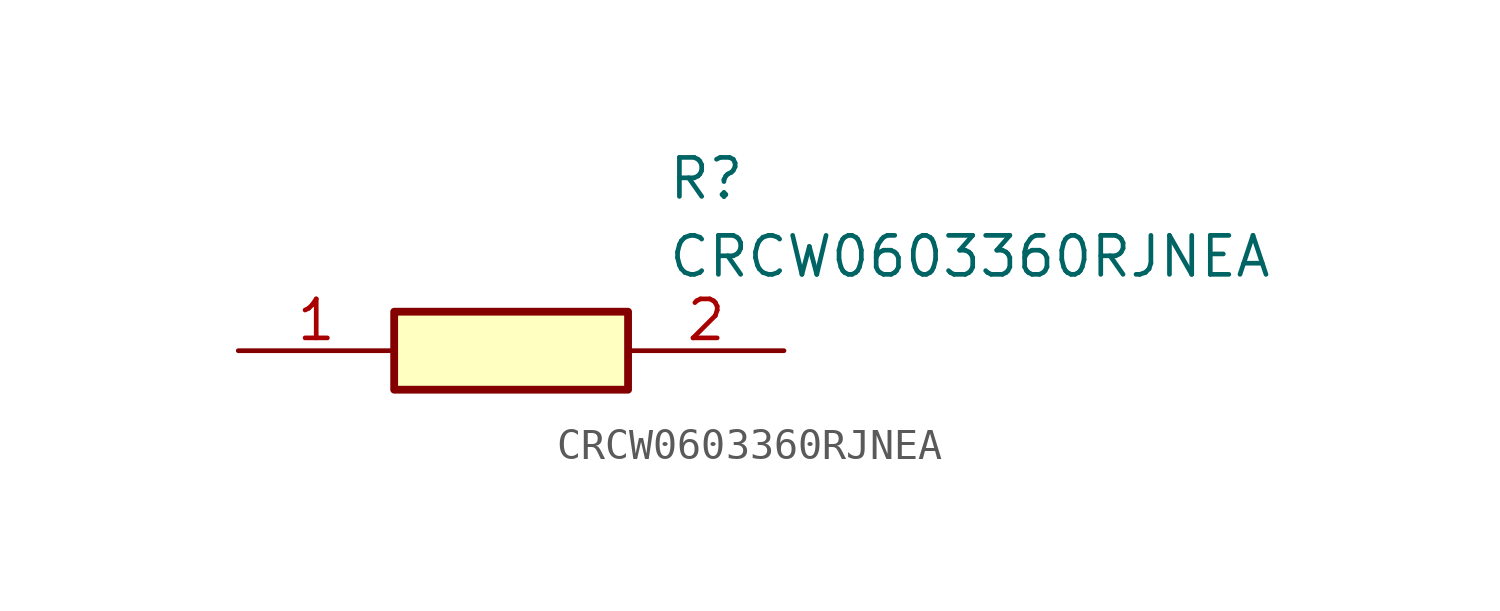
<source format=kicad_sym>
(kicad_symbol_lib
  (version 20211014)
  (generator SamacSys_ECAD_Model)
  (symbol "CRCW0603360RJNEA"
    (pin_names hide)
    (property "Reference" "R"
      (at 13.97 6.35 0)
      (effects (font (size 1.27 1.27)) (justify left top)))
    (property "Value" "CRCW0603360RJNEA"
      (at 13.97 3.81 0)
      (effects (font (size 1.27 1.27)) (justify left top)))
    (rectangle
      (start 5.08 1.27)
      (end 12.7 -1.27)
      (stroke (width 0.254) (type default))
      (fill (type background)))
    (pin passive line
      (at 0 0 0)
      (length 5.08)
      (name "1" (effects (font (size 1.27 1.27))))
      (number "1" (effects (font (size 1.27 1.27)))))
    (pin passive line
      (at 17.78 0 180)
      (length 5.08)
      (name "2" (effects (font (size 1.27 1.27))))
      (number "2" (effects (font (size 1.27 1.27)))))))
</source>
